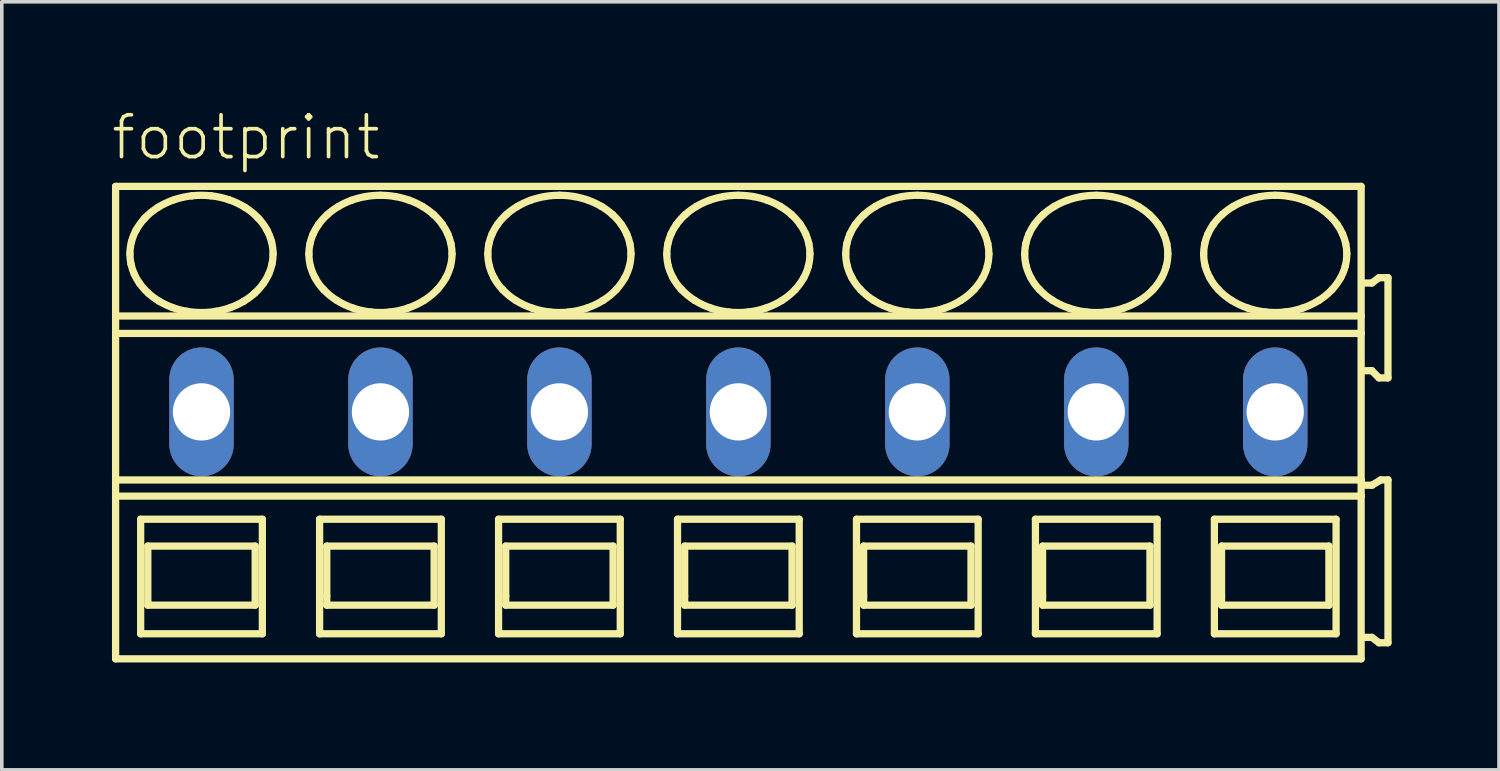
<source format=kicad_pcb>
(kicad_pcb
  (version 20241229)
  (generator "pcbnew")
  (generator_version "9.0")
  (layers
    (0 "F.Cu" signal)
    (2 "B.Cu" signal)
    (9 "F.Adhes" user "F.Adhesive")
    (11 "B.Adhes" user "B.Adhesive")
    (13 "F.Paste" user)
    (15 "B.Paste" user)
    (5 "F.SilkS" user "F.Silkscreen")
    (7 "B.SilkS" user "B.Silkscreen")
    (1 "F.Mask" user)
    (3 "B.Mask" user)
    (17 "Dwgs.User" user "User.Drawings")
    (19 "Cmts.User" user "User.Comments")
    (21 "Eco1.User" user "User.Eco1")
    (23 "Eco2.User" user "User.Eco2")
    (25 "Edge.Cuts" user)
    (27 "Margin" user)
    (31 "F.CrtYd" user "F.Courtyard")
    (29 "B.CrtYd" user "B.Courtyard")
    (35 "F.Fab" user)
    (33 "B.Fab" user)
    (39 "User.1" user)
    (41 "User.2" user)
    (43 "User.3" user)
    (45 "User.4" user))
  (footprint "footprint"
    (layer "F.Cu")
    (at 5.08 8.458)
    (property "Reference" "footprint" (at -5.08 -6.985 0) (layer "F.SilkS") (effects (font (size 1.168 1.168) (thickness 0.102)) (justify left bottom)))
    (fp_line (start -4.9 -6.3) (end -4.9 -2.679) (stroke (width 0.203) (type solid)) (layer "F.SilkS"))
    (fp_line (start -4.9 -2.679) (end -4.9 -2.192) (stroke (width 0.203) (type solid)) (layer "F.SilkS"))
    (fp_line (start -4.9 -2.192) (end -4.9 1.902) (stroke (width 0.203) (type solid)) (layer "F.SilkS"))
    (fp_line (start -4.9 1.902) (end -4.9 2.354) (stroke (width 0.203) (type solid)) (layer "F.SilkS"))
    (fp_line (start -4.9 2.354) (end -4.9 6.9) (stroke (width 0.203) (type solid)) (layer "F.SilkS"))
    (fp_line (start -4.9 6.9) (end 29.9 6.9) (stroke (width 0.203) (type solid)) (layer "F.SilkS"))
    (fp_line (start -4.2 3) (end -4.2 6.2) (stroke (width 0.203) (type solid)) (layer "F.SilkS"))
    (fp_line (start -4.2 6.2) (end -0.8 6.2) (stroke (width 0.203) (type solid)) (layer "F.SilkS"))
    (fp_line (start -4 3.75) (end -4 5.4) (stroke (width 0.203) (type solid)) (layer "F.SilkS"))
    (fp_line (start -4 5.4) (end -1 5.4) (stroke (width 0.203) (type solid)) (layer "F.SilkS"))
    (fp_line (start -1 3.75) (end -4 3.75) (stroke (width 0.203) (type solid)) (layer "F.SilkS"))
    (fp_line (start -1 5.4) (end -1 3.75) (stroke (width 0.203) (type solid)) (layer "F.SilkS"))
    (fp_line (start -0.8 3) (end -4.2 3) (stroke (width 0.203) (type solid)) (layer "F.SilkS"))
    (fp_line (start -0.8 6.2) (end -0.8 3) (stroke (width 0.203) (type solid)) (layer "F.SilkS"))
    (fp_line (start 0.8 3) (end 0.8 6.2) (stroke (width 0.203) (type solid)) (layer "F.SilkS"))
    (fp_line (start 0.8 6.2) (end 4.2 6.2) (stroke (width 0.203) (type solid)) (layer "F.SilkS"))
    (fp_line (start 1 3.75) (end 1 5.15) (stroke (width 0.203) (type solid)) (layer "F.SilkS"))
    (fp_line (start 1 5.15) (end 1 5.4) (stroke (width 0.203) (type solid)) (layer "F.SilkS"))
    (fp_line (start 1 5.4) (end 4 5.4) (stroke (width 0.203) (type solid)) (layer "F.SilkS"))
    (fp_line (start 4 3.75) (end 1 3.75) (stroke (width 0.203) (type solid)) (layer "F.SilkS"))
    (fp_line (start 4 5.4) (end 4 3.75) (stroke (width 0.203) (type solid)) (layer "F.SilkS"))
    (fp_line (start 4.2 3) (end 0.8 3) (stroke (width 0.203) (type solid)) (layer "F.SilkS"))
    (fp_line (start 4.2 6.2) (end 4.2 3) (stroke (width 0.203) (type solid)) (layer "F.SilkS"))
    (fp_line (start 5.8 3) (end 5.8 6.2) (stroke (width 0.203) (type solid)) (layer "F.SilkS"))
    (fp_line (start 5.8 6.2) (end 9.2 6.2) (stroke (width 0.203) (type solid)) (layer "F.SilkS"))
    (fp_line (start 6 3.75) (end 6 5.15) (stroke (width 0.203) (type solid)) (layer "F.SilkS"))
    (fp_line (start 6 5.15) (end 6 5.4) (stroke (width 0.203) (type solid)) (layer "F.SilkS"))
    (fp_line (start 6 5.4) (end 9 5.4) (stroke (width 0.203) (type solid)) (layer "F.SilkS"))
    (fp_line (start 9 3.75) (end 6 3.75) (stroke (width 0.203) (type solid)) (layer "F.SilkS"))
    (fp_line (start 9 5.4) (end 9 3.75) (stroke (width 0.203) (type solid)) (layer "F.SilkS"))
    (fp_line (start 9.2 3) (end 5.8 3) (stroke (width 0.203) (type solid)) (layer "F.SilkS"))
    (fp_line (start 9.2 6.2) (end 9.2 3) (stroke (width 0.203) (type solid)) (layer "F.SilkS"))
    (fp_line (start 10.8 3) (end 10.8 6.2) (stroke (width 0.203) (type solid)) (layer "F.SilkS"))
    (fp_line (start 10.8 6.2) (end 14.2 6.2) (stroke (width 0.203) (type solid)) (layer "F.SilkS"))
    (fp_line (start 11 3.75) (end 11 5.15) (stroke (width 0.203) (type solid)) (layer "F.SilkS"))
    (fp_line (start 11 5.15) (end 11 5.4) (stroke (width 0.203) (type solid)) (layer "F.SilkS"))
    (fp_line (start 11 5.4) (end 14 5.4) (stroke (width 0.203) (type solid)) (layer "F.SilkS"))
    (fp_line (start 14 3.75) (end 11 3.75) (stroke (width 0.203) (type solid)) (layer "F.SilkS"))
    (fp_line (start 14 5.4) (end 14 3.75) (stroke (width 0.203) (type solid)) (layer "F.SilkS"))
    (fp_line (start 14.2 3) (end 10.8 3) (stroke (width 0.203) (type solid)) (layer "F.SilkS"))
    (fp_line (start 14.2 6.2) (end 14.2 3) (stroke (width 0.203) (type solid)) (layer "F.SilkS"))
    (fp_line (start 15.8 3) (end 15.8 6.2) (stroke (width 0.203) (type solid)) (layer "F.SilkS"))
    (fp_line (start 15.8 6.2) (end 19.2 6.2) (stroke (width 0.203) (type solid)) (layer "F.SilkS"))
    (fp_line (start 16 3.75) (end 16 5.15) (stroke (width 0.203) (type solid)) (layer "F.SilkS"))
    (fp_line (start 16 5.15) (end 16 5.4) (stroke (width 0.203) (type solid)) (layer "F.SilkS"))
    (fp_line (start 16 5.4) (end 19 5.4) (stroke (width 0.203) (type solid)) (layer "F.SilkS"))
    (fp_line (start 19 3.75) (end 16 3.75) (stroke (width 0.203) (type solid)) (layer "F.SilkS"))
    (fp_line (start 19 5.4) (end 19 3.75) (stroke (width 0.203) (type solid)) (layer "F.SilkS"))
    (fp_line (start 19.2 3) (end 15.8 3) (stroke (width 0.203) (type solid)) (layer "F.SilkS"))
    (fp_line (start 19.2 6.2) (end 19.2 3) (stroke (width 0.203) (type solid)) (layer "F.SilkS"))
    (fp_line (start 20.8 3) (end 20.8 6.2) (stroke (width 0.203) (type solid)) (layer "F.SilkS"))
    (fp_line (start 20.8 6.2) (end 24.2 6.2) (stroke (width 0.203) (type solid)) (layer "F.SilkS"))
    (fp_line (start 21 3.75) (end 21 5.15) (stroke (width 0.203) (type solid)) (layer "F.SilkS"))
    (fp_line (start 21 5.15) (end 21 5.4) (stroke (width 0.203) (type solid)) (layer "F.SilkS"))
    (fp_line (start 21 5.4) (end 24 5.4) (stroke (width 0.203) (type solid)) (layer "F.SilkS"))
    (fp_line (start 24 3.75) (end 21 3.75) (stroke (width 0.203) (type solid)) (layer "F.SilkS"))
    (fp_line (start 24 5.4) (end 24 3.75) (stroke (width 0.203) (type solid)) (layer "F.SilkS"))
    (fp_line (start 24.2 3) (end 20.8 3) (stroke (width 0.203) (type solid)) (layer "F.SilkS"))
    (fp_line (start 24.2 6.2) (end 24.2 3) (stroke (width 0.203) (type solid)) (layer "F.SilkS"))
    (fp_line (start 25.8 3) (end 25.8 6.2) (stroke (width 0.203) (type solid)) (layer "F.SilkS"))
    (fp_line (start 25.8 6.2) (end 29.2 6.2) (stroke (width 0.203) (type solid)) (layer "F.SilkS"))
    (fp_line (start 26 3.75) (end 26 5.15) (stroke (width 0.203) (type solid)) (layer "F.SilkS"))
    (fp_line (start 26 5.15) (end 26 5.4) (stroke (width 0.203) (type solid)) (layer "F.SilkS"))
    (fp_line (start 26 5.4) (end 29 5.4) (stroke (width 0.203) (type solid)) (layer "F.SilkS"))
    (fp_line (start 29 3.75) (end 26 3.75) (stroke (width 0.203) (type solid)) (layer "F.SilkS"))
    (fp_line (start 29 5.4) (end 29 3.75) (stroke (width 0.203) (type solid)) (layer "F.SilkS"))
    (fp_line (start 29.2 3) (end 25.8 3) (stroke (width 0.203) (type solid)) (layer "F.SilkS"))
    (fp_line (start 29.2 6.2) (end 29.2 3) (stroke (width 0.203) (type solid)) (layer "F.SilkS"))
    (fp_line (start 29.9 -6.3) (end -4.9 -6.3) (stroke (width 0.203) (type solid)) (layer "F.SilkS"))
    (fp_line (start 29.9 -2.679) (end -4.9 -2.679) (stroke (width 0.203) (type solid)) (layer "F.SilkS"))
    (fp_line (start 29.9 -2.679) (end 29.9 -6.3) (stroke (width 0.203) (type solid)) (layer "F.SilkS"))
    (fp_line (start 29.9 -2.192) (end -4.9 -2.192) (stroke (width 0.203) (type solid)) (layer "F.SilkS"))
    (fp_line (start 29.9 -2.192) (end 29.9 -2.679) (stroke (width 0.203) (type solid)) (layer "F.SilkS"))
    (fp_line (start 29.9 1.902) (end -4.9 1.902) (stroke (width 0.203) (type solid)) (layer "F.SilkS"))
    (fp_line (start 29.9 1.902) (end 29.9 -2.192) (stroke (width 0.203) (type solid)) (layer "F.SilkS"))
    (fp_line (start 29.9 2.354) (end -4.9 2.354) (stroke (width 0.203) (type solid)) (layer "F.SilkS"))
    (fp_line (start 29.9 2.354) (end 29.9 1.902) (stroke (width 0.203) (type solid)) (layer "F.SilkS"))
    (fp_line (start 29.9 6.9) (end 29.9 2.354) (stroke (width 0.203) (type solid)) (layer "F.SilkS"))
    (fp_line (start 30 -1.15) (end 30.2 -1.15) (stroke (width 0.203) (type solid)) (layer "F.SilkS"))
    (fp_line (start 30 6.3) (end 30.2 6.3) (stroke (width 0.203) (type solid)) (layer "F.SilkS"))
    (fp_line (start 30.2 -3.6) (end 30 -3.6) (stroke (width 0.203) (type solid)) (layer "F.SilkS"))
    (fp_line (start 30.2 -1.15) (end 30.4 -0.95) (stroke (width 0.203) (type solid)) (layer "F.SilkS"))
    (fp_line (start 30.2 2.05) (end 30 2.05) (stroke (width 0.203) (type solid)) (layer "F.SilkS"))
    (fp_line (start 30.2 6.3) (end 30.4 6.45) (stroke (width 0.203) (type solid)) (layer "F.SilkS"))
    (fp_line (start 30.4 -3.75) (end 30.2 -3.6) (stroke (width 0.203) (type solid)) (layer "F.SilkS"))
    (fp_line (start 30.4 -0.95) (end 30.65 -0.95) (stroke (width 0.203) (type solid)) (layer "F.SilkS"))
    (fp_line (start 30.4 6.45) (end 30.65 6.45) (stroke (width 0.203) (type solid)) (layer "F.SilkS"))
    (fp_line (start 30.45 1.9) (end 30.2 2.05) (stroke (width 0.203) (type solid)) (layer "F.SilkS"))
    (fp_line (start 30.65 -3.75) (end 30.4 -3.75) (stroke (width 0.203) (type solid)) (layer "F.SilkS"))
    (fp_line (start 30.65 -0.95) (end 30.65 -3.75) (stroke (width 0.203) (type solid)) (layer "F.SilkS"))
    (fp_line (start 30.65 1.9) (end 30.45 1.9) (stroke (width 0.203) (type solid)) (layer "F.SilkS"))
    (fp_line (start 30.65 6.45) (end 30.65 1.9) (stroke (width 0.203) (type solid)) (layer "F.SilkS"))
    (fp_arc (start -4.5 -4.4136) (mid -4.488905 -4.585389) (end -4.4562 -4.7544) (stroke (width 0.2032) (type solid)) (layer "F.SilkS"))
    (fp_arc (start -4.4695 -4.1287) (mid -4.492308 -4.270341) (end -4.5 -4.4136) (stroke (width 0.2032) (type solid)) (layer "F.SilkS"))
    (fp_arc (start -4.4562 -4.7544) (mid -4.401558 -4.920839) (end -4.3273 -5.0795) (stroke (width 0.2032) (type solid)) (layer "F.SilkS"))
    (fp_arc (start -4.3795 -3.8536) (mid -4.431599 -3.988827) (end -4.4695 -4.1287) (stroke (width 0.2032) (type solid)) (layer "F.SilkS"))
    (fp_arc (start -4.3274 -5.0795) (mid -4.216217 -5.252167) (end -4.0864 -5.4113) (stroke (width 0.2032) (type solid)) (layer "F.SilkS"))
    (fp_arc (start -4.232 -3.5945) (mid -4.312155 -3.720404) (end -4.3795 -3.8536) (stroke (width 0.2032) (type solid)) (layer "F.SilkS"))
    (fp_arc (start -4.0864 -5.4113) (mid -3.911717 -5.573771) (end -3.718 -5.713) (stroke (width 0.2032) (type solid)) (layer "F.SilkS"))
    (fp_arc (start -3.9861 -3.3171) (mid -4.116737 -3.448975) (end -4.2321 -3.5944) (stroke (width 0.2032) (type solid)) (layer "F.SilkS"))
    (fp_arc (start -3.718 -5.713) (mid -3.497651 -5.83326) (end -3.2649 -5.9273) (stroke (width 0.2032) (type solid)) (layer "F.SilkS"))
    (fp_arc (start -3.676 -3.0884) (mid -3.836846 -3.194891) (end -3.9861 -3.3171) (stroke (width 0.2032) (type solid)) (layer "F.SilkS"))
    (fp_arc (start -3.313 -2.9167) (mid -3.498551 -2.993985) (end -3.676 -3.0884) (stroke (width 0.2032) (type solid)) (layer "F.SilkS"))
    (fp_arc (start -3.2649 -5.9273) (mid -3.016253 -5.996227) (end -2.7616 -6.0378) (stroke (width 0.2032) (type solid)) (layer "F.SilkS"))
    (fp_arc (start -2.9161 -2.8111) (mid -3.116893 -2.855096) (end -3.313 -2.9167) (stroke (width 0.2032) (type solid)) (layer "F.SilkS"))
    (fp_arc (start -2.7616 -6.0378) (mid -2.5 -6.051841) (end -2.2384 -6.0378) (stroke (width 0.2032) (type solid)) (layer "F.SilkS"))
    (fp_arc (start -2.5 -2.7752) (mid -2.708826 -2.784159) (end -2.9161 -2.8111) (stroke (width 0.2032) (type solid)) (layer "F.SilkS"))
    (fp_arc (start -2.2384 -6.0378) (mid -1.983714 -5.996379) (end -1.7351 -5.9273) (stroke (width 0.2032) (type solid)) (layer "F.SilkS"))
    (fp_arc (start -2.0839 -2.8111) (mid -2.291182 -2.784277) (end -2.5 -2.7753) (stroke (width 0.2032) (type solid)) (layer "F.SilkS"))
    (fp_arc (start -1.7351 -5.9273) (mid -1.502222 -5.83353) (end -1.282 -5.713) (stroke (width 0.2032) (type solid)) (layer "F.SilkS"))
    (fp_arc (start -1.687 -2.9167) (mid -1.883129 -2.855175) (end -2.0839 -2.8111) (stroke (width 0.2032) (type solid)) (layer "F.SilkS"))
    (fp_arc (start -1.324 -3.0884) (mid -1.501514 -2.994123) (end -1.687 -2.9167) (stroke (width 0.2032) (type solid)) (layer "F.SilkS"))
    (fp_arc (start -1.282 -5.713) (mid -1.088036 -5.574073) (end -0.9136 -5.4113) (stroke (width 0.2032) (type solid)) (layer "F.SilkS"))
    (fp_arc (start -1.0139 -3.3171) (mid -1.163276 -3.195057) (end -1.324 -3.0884) (stroke (width 0.2032) (type solid)) (layer "F.SilkS"))
    (fp_arc (start -0.9137 -5.4112) (mid -0.781313 -5.253987) (end -0.6727 -5.0795) (stroke (width 0.2032) (type solid)) (layer "F.SilkS"))
    (fp_arc (start -0.7679 -3.5944) (mid -0.88339 -3.449088) (end -1.0139 -3.3171) (stroke (width 0.2032) (type solid)) (layer "F.SilkS"))
    (fp_arc (start -0.6727 -5.0795) (mid -0.598286 -4.920901) (end -0.5438 -4.7544) (stroke (width 0.2032) (type solid)) (layer "F.SilkS"))
    (fp_arc (start -0.6204 -3.8536) (mid -0.687861 -3.720421) (end -0.7679 -3.5944) (stroke (width 0.2032) (type solid)) (layer "F.SilkS"))
    (fp_arc (start -0.5438 -4.7544) (mid -0.511083 -4.58539) (end -0.5 -4.4136) (stroke (width 0.2032) (type solid)) (layer "F.SilkS"))
    (fp_arc (start -0.5305 -4.1287) (mid -0.568473 -3.988851) (end -0.6205 -3.8536) (stroke (width 0.2032) (type solid)) (layer "F.SilkS"))
    (fp_arc (start -0.5001 -4.4136) (mid -0.507739 -4.270343) (end -0.5305 -4.1287) (stroke (width 0.2032) (type solid)) (layer "F.SilkS"))
    (fp_arc (start 0.5 -4.4136) (mid 0.507693 -4.556809) (end 0.5305 -4.6984) (stroke (width 0.2032) (type solid)) (layer "F.SilkS"))
    (fp_arc (start 0.5305 -4.6984) (mid 0.568467 -4.8383) (end 0.6205 -4.9736) (stroke (width 0.2032) (type solid)) (layer "F.SilkS"))
    (fp_arc (start 0.5438 -4.0727) (mid 0.511073 -4.241759) (end 0.5 -4.4136) (stroke (width 0.2032) (type solid)) (layer "F.SilkS"))
    (fp_arc (start 0.6204 -4.9736) (mid 0.687866 -5.106728) (end 0.7679 -5.2327) (stroke (width 0.2032) (type solid)) (layer "F.SilkS"))
    (fp_arc (start 0.6727 -3.7476) (mid 0.598289 -3.9062) (end 0.5438 -4.0727) (stroke (width 0.2032) (type solid)) (layer "F.SilkS"))
    (fp_arc (start 0.7679 -5.2327) (mid 0.883386 -5.378016) (end 1.0139 -5.51) (stroke (width 0.2032) (type solid)) (layer "F.SilkS"))
    (fp_arc (start 0.9136 -3.4159) (mid 0.781267 -3.57312) (end 0.6727 -3.7476) (stroke (width 0.2032) (type solid)) (layer "F.SilkS"))
    (fp_arc (start 1.0139 -5.51) (mid 1.163277 -5.632042) (end 1.324 -5.7387) (stroke (width 0.2032) (type solid)) (layer "F.SilkS"))
    (fp_arc (start 1.282 -3.1141) (mid 1.088032 -3.253077) (end 0.9136 -3.4159) (stroke (width 0.2032) (type solid)) (layer "F.SilkS"))
    (fp_arc (start 1.324 -5.7387) (mid 1.501514 -5.832977) (end 1.687 -5.9104) (stroke (width 0.2032) (type solid)) (layer "F.SilkS"))
    (fp_arc (start 1.687 -5.9104) (mid 1.883129 -5.971925) (end 2.0839 -6.016) (stroke (width 0.2032) (type solid)) (layer "F.SilkS"))
    (fp_arc (start 1.7351 -2.8998) (mid 1.502222 -2.993571) (end 1.282 -3.1141) (stroke (width 0.2032) (type solid)) (layer "F.SilkS"))
    (fp_arc (start 2.0839 -6.0161) (mid 2.291183 -6.042919) (end 2.5 -6.0519) (stroke (width 0.2032) (type solid)) (layer "F.SilkS"))
    (fp_arc (start 2.2384 -2.7893) (mid 1.983714 -2.830721) (end 1.7351 -2.8998) (stroke (width 0.2032) (type solid)) (layer "F.SilkS"))
    (fp_arc (start 2.5 -6.0519) (mid 2.708826 -6.042941) (end 2.9161 -6.016) (stroke (width 0.2032) (type solid)) (layer "F.SilkS"))
    (fp_arc (start 2.7616 -2.7893) (mid 2.5 -2.775259) (end 2.2384 -2.7893) (stroke (width 0.2032) (type solid)) (layer "F.SilkS"))
    (fp_arc (start 2.9161 -6.016) (mid 3.116893 -5.972004) (end 3.313 -5.9104) (stroke (width 0.2032) (type solid)) (layer "F.SilkS"))
    (fp_arc (start 3.2649 -2.8998) (mid 3.016253 -2.830873) (end 2.7616 -2.7893) (stroke (width 0.2032) (type solid)) (layer "F.SilkS"))
    (fp_arc (start 3.313 -5.9104) (mid 3.498552 -5.833116) (end 3.676 -5.7387) (stroke (width 0.2032) (type solid)) (layer "F.SilkS"))
    (fp_arc (start 3.676 -5.7387) (mid 3.836846 -5.632209) (end 3.9861 -5.51) (stroke (width 0.2032) (type solid)) (layer "F.SilkS"))
    (fp_arc (start 3.718 -3.1141) (mid 3.497651 -2.993839) (end 3.2649 -2.8998) (stroke (width 0.2032) (type solid)) (layer "F.SilkS"))
    (fp_arc (start 3.9861 -5.51) (mid 4.116738 -5.378126) (end 4.2321 -5.2327) (stroke (width 0.2032) (type solid)) (layer "F.SilkS"))
    (fp_arc (start 4.0864 -3.4159) (mid 3.911721 -3.253378) (end 3.718 -3.1141) (stroke (width 0.2032) (type solid)) (layer "F.SilkS"))
    (fp_arc (start 4.2321 -5.2327) (mid 4.312204 -5.106793) (end 4.3795 -4.9736) (stroke (width 0.2032) (type solid)) (layer "F.SilkS"))
    (fp_arc (start 4.3273 -3.7476) (mid 4.216161 -3.574988) (end 4.0864 -3.4159) (stroke (width 0.2032) (type solid)) (layer "F.SilkS"))
    (fp_arc (start 4.3795 -4.9736) (mid 4.431605 -4.838324) (end 4.4695 -4.6984) (stroke (width 0.2032) (type solid)) (layer "F.SilkS"))
    (fp_arc (start 4.4562 -4.0727) (mid 4.401557 -3.906262) (end 4.3273 -3.7476) (stroke (width 0.2032) (type solid)) (layer "F.SilkS"))
    (fp_arc (start 4.4695 -4.6984) (mid 4.4923 -4.556809) (end 4.5 -4.4136) (stroke (width 0.2032) (type solid)) (layer "F.SilkS"))
    (fp_arc (start 4.5 -4.4136) (mid 4.488914 -4.241761) (end 4.4562 -4.0727) (stroke (width 0.2032) (type solid)) (layer "F.SilkS"))
    (fp_arc (start 5.5 -4.4136) (mid 5.507693 -4.556809) (end 5.5305 -4.6984) (stroke (width 0.2032) (type solid)) (layer "F.SilkS"))
    (fp_arc (start 5.5305 -4.6984) (mid 5.568467 -4.8383) (end 5.6205 -4.9736) (stroke (width 0.2032) (type solid)) (layer "F.SilkS"))
    (fp_arc (start 5.5438 -4.0727) (mid 5.511073 -4.241759) (end 5.5 -4.4136) (stroke (width 0.2032) (type solid)) (layer "F.SilkS"))
    (fp_arc (start 5.6204 -4.9736) (mid 5.687866 -5.106728) (end 5.7679 -5.2327) (stroke (width 0.2032) (type solid)) (layer "F.SilkS"))
    (fp_arc (start 5.6727 -3.7476) (mid 5.598289 -3.9062) (end 5.5438 -4.0727) (stroke (width 0.2032) (type solid)) (layer "F.SilkS"))
    (fp_arc (start 5.7679 -5.2327) (mid 5.883386 -5.378016) (end 6.0139 -5.51) (stroke (width 0.2032) (type solid)) (layer "F.SilkS"))
    (fp_arc (start 5.9136 -3.4159) (mid 5.781267 -3.57312) (end 5.6727 -3.7476) (stroke (width 0.2032) (type solid)) (layer "F.SilkS"))
    (fp_arc (start 6.0139 -5.51) (mid 6.163277 -5.632042) (end 6.324 -5.7387) (stroke (width 0.2032) (type solid)) (layer "F.SilkS"))
    (fp_arc (start 6.282 -3.1141) (mid 6.088032 -3.253077) (end 5.9136 -3.4159) (stroke (width 0.2032) (type solid)) (layer "F.SilkS"))
    (fp_arc (start 6.324 -5.7387) (mid 6.501514 -5.832977) (end 6.687 -5.9104) (stroke (width 0.2032) (type solid)) (layer "F.SilkS"))
    (fp_arc (start 6.687 -5.9104) (mid 6.883129 -5.971925) (end 7.0839 -6.016) (stroke (width 0.2032) (type solid)) (layer "F.SilkS"))
    (fp_arc (start 6.7351 -2.8998) (mid 6.502222 -2.993571) (end 6.282 -3.1141) (stroke (width 0.2032) (type solid)) (layer "F.SilkS"))
    (fp_arc (start 7.0839 -6.0161) (mid 7.291183 -6.042919) (end 7.5 -6.0519) (stroke (width 0.2032) (type solid)) (layer "F.SilkS"))
    (fp_arc (start 7.2384 -2.7893) (mid 6.983714 -2.830721) (end 6.7351 -2.8998) (stroke (width 0.2032) (type solid)) (layer "F.SilkS"))
    (fp_arc (start 7.5 -6.0519) (mid 7.708826 -6.042941) (end 7.9161 -6.016) (stroke (width 0.2032) (type solid)) (layer "F.SilkS"))
    (fp_arc (start 7.7616 -2.7893) (mid 7.5 -2.775259) (end 7.2384 -2.7893) (stroke (width 0.2032) (type solid)) (layer "F.SilkS"))
    (fp_arc (start 7.9161 -6.016) (mid 8.116893 -5.972004) (end 8.313 -5.9104) (stroke (width 0.2032) (type solid)) (layer "F.SilkS"))
    (fp_arc (start 8.2649 -2.8998) (mid 8.016253 -2.830873) (end 7.7616 -2.7893) (stroke (width 0.2032) (type solid)) (layer "F.SilkS"))
    (fp_arc (start 8.313 -5.9104) (mid 8.498552 -5.833116) (end 8.676 -5.7387) (stroke (width 0.2032) (type solid)) (layer "F.SilkS"))
    (fp_arc (start 8.676 -5.7387) (mid 8.836846 -5.632209) (end 8.9861 -5.51) (stroke (width 0.2032) (type solid)) (layer "F.SilkS"))
    (fp_arc (start 8.718 -3.1141) (mid 8.497651 -2.993839) (end 8.2649 -2.8998) (stroke (width 0.2032) (type solid)) (layer "F.SilkS"))
    (fp_arc (start 8.9861 -5.51) (mid 9.116738 -5.378126) (end 9.2321 -5.2327) (stroke (width 0.2032) (type solid)) (layer "F.SilkS"))
    (fp_arc (start 9.0864 -3.4159) (mid 8.911721 -3.253378) (end 8.718 -3.1141) (stroke (width 0.2032) (type solid)) (layer "F.SilkS"))
    (fp_arc (start 9.2321 -5.2327) (mid 9.312204 -5.106793) (end 9.3795 -4.9736) (stroke (width 0.2032) (type solid)) (layer "F.SilkS"))
    (fp_arc (start 9.3273 -3.7476) (mid 9.216161 -3.574988) (end 9.0864 -3.4159) (stroke (width 0.2032) (type solid)) (layer "F.SilkS"))
    (fp_arc (start 9.3795 -4.9736) (mid 9.431605 -4.838324) (end 9.4695 -4.6984) (stroke (width 0.2032) (type solid)) (layer "F.SilkS"))
    (fp_arc (start 9.4562 -4.0727) (mid 9.401557 -3.906262) (end 9.3273 -3.7476) (stroke (width 0.2032) (type solid)) (layer "F.SilkS"))
    (fp_arc (start 9.4695 -4.6984) (mid 9.4923 -4.556809) (end 9.5 -4.4136) (stroke (width 0.2032) (type solid)) (layer "F.SilkS"))
    (fp_arc (start 9.5 -4.4136) (mid 9.488914 -4.241761) (end 9.4562 -4.0727) (stroke (width 0.2032) (type solid)) (layer "F.SilkS"))
    (fp_arc (start 10.5 -4.4136) (mid 10.507693 -4.556809) (end 10.5305 -4.6984) (stroke (width 0.2032) (type solid)) (layer "F.SilkS"))
    (fp_arc (start 10.5305 -4.6984) (mid 10.568467 -4.8383) (end 10.6205 -4.9736) (stroke (width 0.2032) (type solid)) (layer "F.SilkS"))
    (fp_arc (start 10.5438 -4.0727) (mid 10.511073 -4.241759) (end 10.5 -4.4136) (stroke (width 0.2032) (type solid)) (layer "F.SilkS"))
    (fp_arc (start 10.6204 -4.9736) (mid 10.687866 -5.106728) (end 10.7679 -5.2327) (stroke (width 0.2032) (type solid)) (layer "F.SilkS"))
    (fp_arc (start 10.6727 -3.7476) (mid 10.598289 -3.9062) (end 10.5438 -4.0727) (stroke (width 0.2032) (type solid)) (layer "F.SilkS"))
    (fp_arc (start 10.7679 -5.2327) (mid 10.883386 -5.378016) (end 11.0139 -5.51) (stroke (width 0.2032) (type solid)) (layer "F.SilkS"))
    (fp_arc (start 10.9136 -3.4159) (mid 10.781267 -3.57312) (end 10.6727 -3.7476) (stroke (width 0.2032) (type solid)) (layer "F.SilkS"))
    (fp_arc (start 11.0139 -5.51) (mid 11.163277 -5.632042) (end 11.324 -5.7387) (stroke (width 0.2032) (type solid)) (layer "F.SilkS"))
    (fp_arc (start 11.282 -3.1141) (mid 11.088032 -3.253077) (end 10.9136 -3.4159) (stroke (width 0.2032) (type solid)) (layer "F.SilkS"))
    (fp_arc (start 11.324 -5.7387) (mid 11.501514 -5.832977) (end 11.687 -5.9104) (stroke (width 0.2032) (type solid)) (layer "F.SilkS"))
    (fp_arc (start 11.687 -5.9104) (mid 11.883129 -5.971925) (end 12.0839 -6.016) (stroke (width 0.2032) (type solid)) (layer "F.SilkS"))
    (fp_arc (start 11.7351 -2.8998) (mid 11.502222 -2.993571) (end 11.282 -3.1141) (stroke (width 0.2032) (type solid)) (layer "F.SilkS"))
    (fp_arc (start 12.0839 -6.0161) (mid 12.291183 -6.042919) (end 12.5 -6.0519) (stroke (width 0.2032) (type solid)) (layer "F.SilkS"))
    (fp_arc (start 12.2384 -2.7893) (mid 11.983714 -2.830721) (end 11.7351 -2.8998) (stroke (width 0.2032) (type solid)) (layer "F.SilkS"))
    (fp_arc (start 12.5 -6.0519) (mid 12.708826 -6.042941) (end 12.9161 -6.016) (stroke (width 0.2032) (type solid)) (layer "F.SilkS"))
    (fp_arc (start 12.7616 -2.7893) (mid 12.5 -2.775259) (end 12.2384 -2.7893) (stroke (width 0.2032) (type solid)) (layer "F.SilkS"))
    (fp_arc (start 12.9161 -6.016) (mid 13.116893 -5.972004) (end 13.313 -5.9104) (stroke (width 0.2032) (type solid)) (layer "F.SilkS"))
    (fp_arc (start 13.2649 -2.8998) (mid 13.016253 -2.830873) (end 12.7616 -2.7893) (stroke (width 0.2032) (type solid)) (layer "F.SilkS"))
    (fp_arc (start 13.313 -5.9104) (mid 13.498552 -5.833116) (end 13.676 -5.7387) (stroke (width 0.2032) (type solid)) (layer "F.SilkS"))
    (fp_arc (start 13.676 -5.7387) (mid 13.836846 -5.632209) (end 13.9861 -5.51) (stroke (width 0.2032) (type solid)) (layer "F.SilkS"))
    (fp_arc (start 13.718 -3.1141) (mid 13.497651 -2.993839) (end 13.2649 -2.8998) (stroke (width 0.2032) (type solid)) (layer "F.SilkS"))
    (fp_arc (start 13.9861 -5.51) (mid 14.116738 -5.378126) (end 14.2321 -5.2327) (stroke (width 0.2032) (type solid)) (layer "F.SilkS"))
    (fp_arc (start 14.0864 -3.4159) (mid 13.911721 -3.253378) (end 13.718 -3.1141) (stroke (width 0.2032) (type solid)) (layer "F.SilkS"))
    (fp_arc (start 14.2321 -5.2327) (mid 14.312204 -5.106793) (end 14.3795 -4.9736) (stroke (width 0.2032) (type solid)) (layer "F.SilkS"))
    (fp_arc (start 14.3273 -3.7476) (mid 14.216161 -3.574988) (end 14.0864 -3.4159) (stroke (width 0.2032) (type solid)) (layer "F.SilkS"))
    (fp_arc (start 14.3795 -4.9736) (mid 14.431605 -4.838324) (end 14.4695 -4.6984) (stroke (width 0.2032) (type solid)) (layer "F.SilkS"))
    (fp_arc (start 14.4562 -4.0727) (mid 14.401557 -3.906262) (end 14.3273 -3.7476) (stroke (width 0.2032) (type solid)) (layer "F.SilkS"))
    (fp_arc (start 14.4695 -4.6984) (mid 14.4923 -4.556809) (end 14.5 -4.4136) (stroke (width 0.2032) (type solid)) (layer "F.SilkS"))
    (fp_arc (start 14.5 -4.4136) (mid 14.488914 -4.241761) (end 14.4562 -4.0727) (stroke (width 0.2032) (type solid)) (layer "F.SilkS"))
    (fp_arc (start 15.5 -4.4136) (mid 15.507693 -4.556809) (end 15.5305 -4.6984) (stroke (width 0.2032) (type solid)) (layer "F.SilkS"))
    (fp_arc (start 15.5305 -4.6984) (mid 15.568467 -4.8383) (end 15.6205 -4.9736) (stroke (width 0.2032) (type solid)) (layer "F.SilkS"))
    (fp_arc (start 15.5438 -4.0727) (mid 15.511073 -4.241759) (end 15.5 -4.4136) (stroke (width 0.2032) (type solid)) (layer "F.SilkS"))
    (fp_arc (start 15.6204 -4.9736) (mid 15.687866 -5.106728) (end 15.7679 -5.2327) (stroke (width 0.2032) (type solid)) (layer "F.SilkS"))
    (fp_arc (start 15.6727 -3.7476) (mid 15.598289 -3.9062) (end 15.5438 -4.0727) (stroke (width 0.2032) (type solid)) (layer "F.SilkS"))
    (fp_arc (start 15.7679 -5.2327) (mid 15.883386 -5.378016) (end 16.0139 -5.51) (stroke (width 0.2032) (type solid)) (layer "F.SilkS"))
    (fp_arc (start 15.9136 -3.4159) (mid 15.781267 -3.57312) (end 15.6727 -3.7476) (stroke (width 0.2032) (type solid)) (layer "F.SilkS"))
    (fp_arc (start 16.0139 -5.51) (mid 16.163277 -5.632042) (end 16.324 -5.7387) (stroke (width 0.2032) (type solid)) (layer "F.SilkS"))
    (fp_arc (start 16.282 -3.1141) (mid 16.088032 -3.253077) (end 15.9136 -3.4159) (stroke (width 0.2032) (type solid)) (layer "F.SilkS"))
    (fp_arc (start 16.324 -5.7387) (mid 16.501514 -5.832977) (end 16.687 -5.9104) (stroke (width 0.2032) (type solid)) (layer "F.SilkS"))
    (fp_arc (start 16.687 -5.9104) (mid 16.883129 -5.971925) (end 17.0839 -6.016) (stroke (width 0.2032) (type solid)) (layer "F.SilkS"))
    (fp_arc (start 16.7351 -2.8998) (mid 16.502222 -2.993571) (end 16.282 -3.1141) (stroke (width 0.2032) (type solid)) (layer "F.SilkS"))
    (fp_arc (start 17.0839 -6.0161) (mid 17.291183 -6.042919) (end 17.5 -6.0519) (stroke (width 0.2032) (type solid)) (layer "F.SilkS"))
    (fp_arc (start 17.2384 -2.7893) (mid 16.983714 -2.830721) (end 16.7351 -2.8998) (stroke (width 0.2032) (type solid)) (layer "F.SilkS"))
    (fp_arc (start 17.5 -6.0519) (mid 17.708826 -6.042941) (end 17.9161 -6.016) (stroke (width 0.2032) (type solid)) (layer "F.SilkS"))
    (fp_arc (start 17.7616 -2.7893) (mid 17.5 -2.775259) (end 17.2384 -2.7893) (stroke (width 0.2032) (type solid)) (layer "F.SilkS"))
    (fp_arc (start 17.9161 -6.016) (mid 18.116893 -5.972004) (end 18.313 -5.9104) (stroke (width 0.2032) (type solid)) (layer "F.SilkS"))
    (fp_arc (start 18.2649 -2.8998) (mid 18.016253 -2.830873) (end 17.7616 -2.7893) (stroke (width 0.2032) (type solid)) (layer "F.SilkS"))
    (fp_arc (start 18.313 -5.9104) (mid 18.498552 -5.833116) (end 18.676 -5.7387) (stroke (width 0.2032) (type solid)) (layer "F.SilkS"))
    (fp_arc (start 18.676 -5.7387) (mid 18.836846 -5.632209) (end 18.9861 -5.51) (stroke (width 0.2032) (type solid)) (layer "F.SilkS"))
    (fp_arc (start 18.718 -3.1141) (mid 18.497651 -2.993839) (end 18.2649 -2.8998) (stroke (width 0.2032) (type solid)) (layer "F.SilkS"))
    (fp_arc (start 18.9861 -5.51) (mid 19.116738 -5.378126) (end 19.2321 -5.2327) (stroke (width 0.2032) (type solid)) (layer "F.SilkS"))
    (fp_arc (start 19.0864 -3.4159) (mid 18.911721 -3.253378) (end 18.718 -3.1141) (stroke (width 0.2032) (type solid)) (layer "F.SilkS"))
    (fp_arc (start 19.2321 -5.2327) (mid 19.312204 -5.106793) (end 19.3795 -4.9736) (stroke (width 0.2032) (type solid)) (layer "F.SilkS"))
    (fp_arc (start 19.3273 -3.7476) (mid 19.216161 -3.574988) (end 19.0864 -3.4159) (stroke (width 0.2032) (type solid)) (layer "F.SilkS"))
    (fp_arc (start 19.3795 -4.9736) (mid 19.431605 -4.838324) (end 19.4695 -4.6984) (stroke (width 0.2032) (type solid)) (layer "F.SilkS"))
    (fp_arc (start 19.4562 -4.0727) (mid 19.401557 -3.906262) (end 19.3273 -3.7476) (stroke (width 0.2032) (type solid)) (layer "F.SilkS"))
    (fp_arc (start 19.4695 -4.6984) (mid 19.4923 -4.556809) (end 19.5 -4.4136) (stroke (width 0.2032) (type solid)) (layer "F.SilkS"))
    (fp_arc (start 19.5 -4.4136) (mid 19.488914 -4.241761) (end 19.4562 -4.0727) (stroke (width 0.2032) (type solid)) (layer "F.SilkS"))
    (fp_arc (start 20.5 -4.4136) (mid 20.507693 -4.556809) (end 20.5305 -4.6984) (stroke (width 0.2032) (type solid)) (layer "F.SilkS"))
    (fp_arc (start 20.5305 -4.6984) (mid 20.568467 -4.8383) (end 20.6205 -4.9736) (stroke (width 0.2032) (type solid)) (layer "F.SilkS"))
    (fp_arc (start 20.5438 -4.0727) (mid 20.511073 -4.241759) (end 20.5 -4.4136) (stroke (width 0.2032) (type solid)) (layer "F.SilkS"))
    (fp_arc (start 20.6204 -4.9736) (mid 20.687866 -5.106728) (end 20.7679 -5.2327) (stroke (width 0.2032) (type solid)) (layer "F.SilkS"))
    (fp_arc (start 20.6727 -3.7476) (mid 20.598289 -3.9062) (end 20.5438 -4.0727) (stroke (width 0.2032) (type solid)) (layer "F.SilkS"))
    (fp_arc (start 20.7679 -5.2327) (mid 20.883386 -5.378016) (end 21.0139 -5.51) (stroke (width 0.2032) (type solid)) (layer "F.SilkS"))
    (fp_arc (start 20.9136 -3.4159) (mid 20.781267 -3.57312) (end 20.6727 -3.7476) (stroke (width 0.2032) (type solid)) (layer "F.SilkS"))
    (fp_arc (start 21.0139 -5.51) (mid 21.163277 -5.632042) (end 21.324 -5.7387) (stroke (width 0.2032) (type solid)) (layer "F.SilkS"))
    (fp_arc (start 21.282 -3.1141) (mid 21.088032 -3.253077) (end 20.9136 -3.4159) (stroke (width 0.2032) (type solid)) (layer "F.SilkS"))
    (fp_arc (start 21.324 -5.7387) (mid 21.501514 -5.832977) (end 21.687 -5.9104) (stroke (width 0.2032) (type solid)) (layer "F.SilkS"))
    (fp_arc (start 21.687 -5.9104) (mid 21.883129 -5.971925) (end 22.0839 -6.016) (stroke (width 0.2032) (type solid)) (layer "F.SilkS"))
    (fp_arc (start 21.7351 -2.8998) (mid 21.502222 -2.993571) (end 21.282 -3.1141) (stroke (width 0.2032) (type solid)) (layer "F.SilkS"))
    (fp_arc (start 22.0839 -6.0161) (mid 22.291183 -6.042919) (end 22.5 -6.0519) (stroke (width 0.2032) (type solid)) (layer "F.SilkS"))
    (fp_arc (start 22.2384 -2.7893) (mid 21.983714 -2.830721) (end 21.7351 -2.8998) (stroke (width 0.2032) (type solid)) (layer "F.SilkS"))
    (fp_arc (start 22.5 -6.0519) (mid 22.708826 -6.042941) (end 22.9161 -6.016) (stroke (width 0.2032) (type solid)) (layer "F.SilkS"))
    (fp_arc (start 22.7616 -2.7893) (mid 22.5 -2.775259) (end 22.2384 -2.7893) (stroke (width 0.2032) (type solid)) (layer "F.SilkS"))
    (fp_arc (start 22.9161 -6.016) (mid 23.116893 -5.972004) (end 23.313 -5.9104) (stroke (width 0.2032) (type solid)) (layer "F.SilkS"))
    (fp_arc (start 23.2649 -2.8998) (mid 23.016253 -2.830873) (end 22.7616 -2.7893) (stroke (width 0.2032) (type solid)) (layer "F.SilkS"))
    (fp_arc (start 23.313 -5.9104) (mid 23.498552 -5.833116) (end 23.676 -5.7387) (stroke (width 0.2032) (type solid)) (layer "F.SilkS"))
    (fp_arc (start 23.676 -5.7387) (mid 23.836846 -5.632209) (end 23.9861 -5.51) (stroke (width 0.2032) (type solid)) (layer "F.SilkS"))
    (fp_arc (start 23.718 -3.1141) (mid 23.497651 -2.993839) (end 23.2649 -2.8998) (stroke (width 0.2032) (type solid)) (layer "F.SilkS"))
    (fp_arc (start 23.9861 -5.51) (mid 24.116738 -5.378126) (end 24.2321 -5.2327) (stroke (width 0.2032) (type solid)) (layer "F.SilkS"))
    (fp_arc (start 24.0864 -3.4159) (mid 23.911721 -3.253378) (end 23.718 -3.1141) (stroke (width 0.2032) (type solid)) (layer "F.SilkS"))
    (fp_arc (start 24.2321 -5.2327) (mid 24.312204 -5.106793) (end 24.3795 -4.9736) (stroke (width 0.2032) (type solid)) (layer "F.SilkS"))
    (fp_arc (start 24.3273 -3.7476) (mid 24.216161 -3.574988) (end 24.0864 -3.4159) (stroke (width 0.2032) (type solid)) (layer "F.SilkS"))
    (fp_arc (start 24.3795 -4.9736) (mid 24.431605 -4.838324) (end 24.4695 -4.6984) (stroke (width 0.2032) (type solid)) (layer "F.SilkS"))
    (fp_arc (start 24.4562 -4.0727) (mid 24.401557 -3.906262) (end 24.3273 -3.7476) (stroke (width 0.2032) (type solid)) (layer "F.SilkS"))
    (fp_arc (start 24.4695 -4.6984) (mid 24.4923 -4.556809) (end 24.5 -4.4136) (stroke (width 0.2032) (type solid)) (layer "F.SilkS"))
    (fp_arc (start 24.5 -4.4136) (mid 24.488914 -4.241761) (end 24.4562 -4.0727) (stroke (width 0.2032) (type solid)) (layer "F.SilkS"))
    (fp_arc (start 25.5 -4.4136) (mid 25.507693 -4.556809) (end 25.5305 -4.6984) (stroke (width 0.2032) (type solid)) (layer "F.SilkS"))
    (fp_arc (start 25.5305 -4.6984) (mid 25.568467 -4.8383) (end 25.6205 -4.9736) (stroke (width 0.2032) (type solid)) (layer "F.SilkS"))
    (fp_arc (start 25.5438 -4.0727) (mid 25.511073 -4.241759) (end 25.5 -4.4136) (stroke (width 0.2032) (type solid)) (layer "F.SilkS"))
    (fp_arc (start 25.6204 -4.9736) (mid 25.687866 -5.106728) (end 25.7679 -5.2327) (stroke (width 0.2032) (type solid)) (layer "F.SilkS"))
    (fp_arc (start 25.6727 -3.7476) (mid 25.598289 -3.9062) (end 25.5438 -4.0727) (stroke (width 0.2032) (type solid)) (layer "F.SilkS"))
    (fp_arc (start 25.7679 -5.2327) (mid 25.883386 -5.378016) (end 26.0139 -5.51) (stroke (width 0.2032) (type solid)) (layer "F.SilkS"))
    (fp_arc (start 25.9136 -3.4159) (mid 25.781267 -3.57312) (end 25.6727 -3.7476) (stroke (width 0.2032) (type solid)) (layer "F.SilkS"))
    (fp_arc (start 26.0139 -5.51) (mid 26.163277 -5.632042) (end 26.324 -5.7387) (stroke (width 0.2032) (type solid)) (layer "F.SilkS"))
    (fp_arc (start 26.282 -3.1141) (mid 26.088032 -3.253077) (end 25.9136 -3.4159) (stroke (width 0.2032) (type solid)) (layer "F.SilkS"))
    (fp_arc (start 26.324 -5.7387) (mid 26.501514 -5.832977) (end 26.687 -5.9104) (stroke (width 0.2032) (type solid)) (layer "F.SilkS"))
    (fp_arc (start 26.687 -5.9104) (mid 26.883129 -5.971925) (end 27.0839 -6.016) (stroke (width 0.2032) (type solid)) (layer "F.SilkS"))
    (fp_arc (start 26.7351 -2.8998) (mid 26.502222 -2.993571) (end 26.282 -3.1141) (stroke (width 0.2032) (type solid)) (layer "F.SilkS"))
    (fp_arc (start 27.0839 -6.0161) (mid 27.291183 -6.042919) (end 27.5 -6.0519) (stroke (width 0.2032) (type solid)) (layer "F.SilkS"))
    (fp_arc (start 27.2384 -2.7893) (mid 26.983714 -2.830721) (end 26.7351 -2.8998) (stroke (width 0.2032) (type solid)) (layer "F.SilkS"))
    (fp_arc (start 27.5 -6.0519) (mid 27.708826 -6.042941) (end 27.9161 -6.016) (stroke (width 0.2032) (type solid)) (layer "F.SilkS"))
    (fp_arc (start 27.7616 -2.7893) (mid 27.5 -2.775259) (end 27.2384 -2.7893) (stroke (width 0.2032) (type solid)) (layer "F.SilkS"))
    (fp_arc (start 27.9161 -6.016) (mid 28.116893 -5.972004) (end 28.313 -5.9104) (stroke (width 0.2032) (type solid)) (layer "F.SilkS"))
    (fp_arc (start 28.2649 -2.8998) (mid 28.016253 -2.830873) (end 27.7616 -2.7893) (stroke (width 0.2032) (type solid)) (layer "F.SilkS"))
    (fp_arc (start 28.313 -5.9104) (mid 28.498552 -5.833116) (end 28.676 -5.7387) (stroke (width 0.2032) (type solid)) (layer "F.SilkS"))
    (fp_arc (start 28.676 -5.7387) (mid 28.836846 -5.632209) (end 28.9861 -5.51) (stroke (width 0.2032) (type solid)) (layer "F.SilkS"))
    (fp_arc (start 28.718 -3.1141) (mid 28.497651 -2.993839) (end 28.2649 -2.8998) (stroke (width 0.2032) (type solid)) (layer "F.SilkS"))
    (fp_arc (start 28.9861 -5.51) (mid 29.116738 -5.378126) (end 29.2321 -5.2327) (stroke (width 0.2032) (type solid)) (layer "F.SilkS"))
    (fp_arc (start 29.0864 -3.4159) (mid 28.911721 -3.253378) (end 28.718 -3.1141) (stroke (width 0.2032) (type solid)) (layer "F.SilkS"))
    (fp_arc (start 29.2321 -5.2327) (mid 29.312204 -5.106793) (end 29.3795 -4.9736) (stroke (width 0.2032) (type solid)) (layer "F.SilkS"))
    (fp_arc (start 29.3273 -3.7476) (mid 29.216161 -3.574988) (end 29.0864 -3.4159) (stroke (width 0.2032) (type solid)) (layer "F.SilkS"))
    (fp_arc (start 29.3795 -4.9736) (mid 29.431605 -4.838324) (end 29.4695 -4.6984) (stroke (width 0.2032) (type solid)) (layer "F.SilkS"))
    (fp_arc (start 29.4562 -4.0727) (mid 29.401557 -3.906262) (end 29.3273 -3.7476) (stroke (width 0.2032) (type solid)) (layer "F.SilkS"))
    (fp_arc (start 29.4695 -4.6984) (mid 29.4923 -4.556809) (end 29.5 -4.4136) (stroke (width 0.2032) (type solid)) (layer "F.SilkS"))
    (fp_arc (start 29.5 -4.4136) (mid 29.488914 -4.241761) (end 29.4562 -4.0727) (stroke (width 0.2032) (type solid)) (layer "F.SilkS"))
    (pad "1" thru_hole oval (at -2.5 0 90) (size 3.6 1.8) (drill 1.6) (layers "*.Cu" "*.Mask"))
    (pad "2" thru_hole oval (at 2.5 0 90) (size 3.6 1.8) (drill 1.6) (layers "*.Cu" "*.Mask"))
    (pad "3" thru_hole oval (at 7.5 0 90) (size 3.6 1.8) (drill 1.6) (layers "*.Cu" "*.Mask"))
    (pad "4" thru_hole oval (at 12.5 0 90) (size 3.6 1.8) (drill 1.6) (layers "*.Cu" "*.Mask"))
    (pad "5" thru_hole oval (at 17.5 0 90) (size 3.6 1.8) (drill 1.6) (layers "*.Cu" "*.Mask"))
    (pad "6" thru_hole oval (at 22.5 0 90) (size 3.6 1.8) (drill 1.6) (layers "*.Cu" "*.Mask"))
    (pad "7" thru_hole oval (at 27.5 0 90) (size 3.6 1.8) (drill 1.6) (layers "*.Cu" "*.Mask")))
  (gr_rect
    (start -3 -3)
    (end 38.832 18.46)
    (stroke (width 0.1) (type default))
    (fill no)
    (layer "Edge.Cuts")))
</source>
